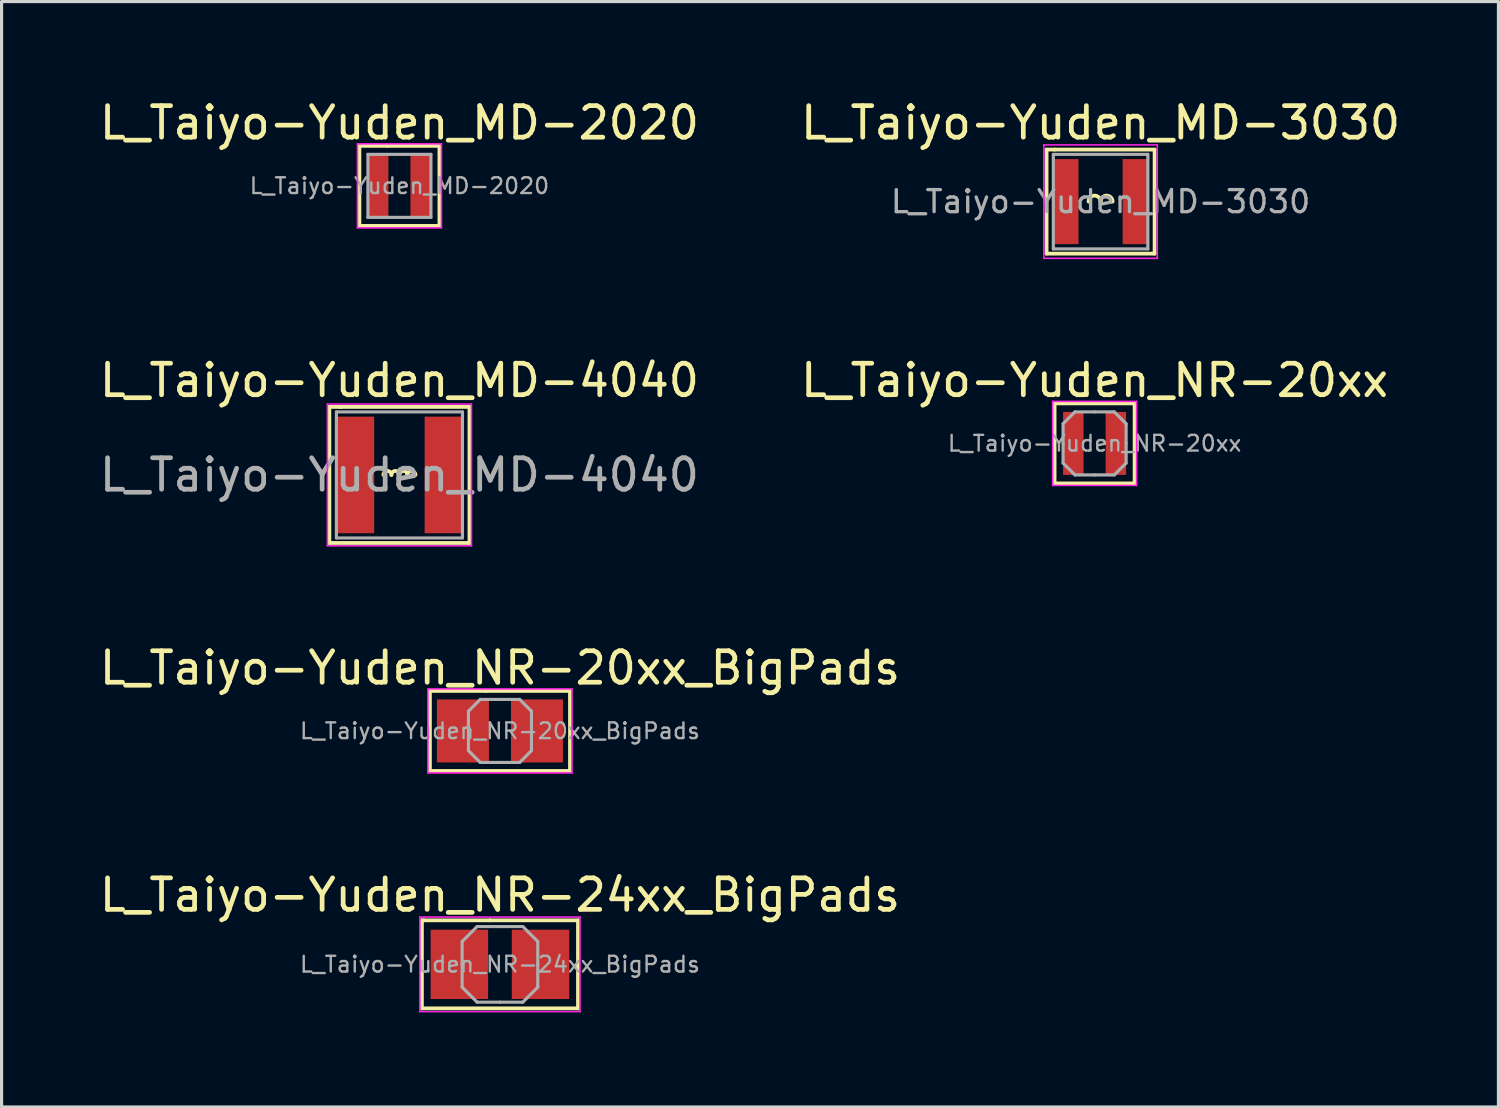
<source format=kicad_pcb>
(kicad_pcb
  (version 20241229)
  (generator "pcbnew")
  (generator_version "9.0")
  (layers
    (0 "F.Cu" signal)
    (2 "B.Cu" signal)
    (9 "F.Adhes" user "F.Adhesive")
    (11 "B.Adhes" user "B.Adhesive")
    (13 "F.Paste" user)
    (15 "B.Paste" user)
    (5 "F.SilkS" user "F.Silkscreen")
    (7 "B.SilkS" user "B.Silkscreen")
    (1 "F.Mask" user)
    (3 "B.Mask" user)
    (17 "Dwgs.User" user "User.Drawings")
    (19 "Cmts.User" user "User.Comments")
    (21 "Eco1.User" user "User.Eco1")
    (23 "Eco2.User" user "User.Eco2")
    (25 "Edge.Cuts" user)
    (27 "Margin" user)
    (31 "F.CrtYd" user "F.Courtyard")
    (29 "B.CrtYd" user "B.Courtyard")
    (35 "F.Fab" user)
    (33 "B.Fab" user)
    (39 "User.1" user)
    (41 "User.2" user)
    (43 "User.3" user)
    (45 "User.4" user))
  (footprint "L_Taiyo-Yuden_MD-3030"
    (layer "F.Cu")
    (at 31.875 3.348)
    (property "Reference" "L_Taiyo-Yuden_MD-3030" (at 0 -2.5 0) (layer "F.SilkS") (effects (font (size 1 1) (thickness 0.15))))
    (attr smd)
    (fp_line (start -1.714 -1.651) (end -1.714 1.651) (stroke (width 0.12) (type solid)) (layer "F.SilkS"))
    (fp_line (start -1.714 1.651) (end 1.714 1.651) (stroke (width 0.12) (type solid)) (layer "F.SilkS"))
    (fp_line (start -1.46 -1.651) (end -1.714 -1.651) (stroke (width 0.12) (type solid)) (layer "F.SilkS"))
    (fp_line (start 1.714 -1.651) (end -1.46 -1.651) (stroke (width 0.12) (type solid)) (layer "F.SilkS"))
    (fp_line (start 1.714 1.651) (end 1.714 -1.651) (stroke (width 0.12) (type solid)) (layer "F.SilkS"))
    (fp_arc (start -0.381 0) (mid -0.1905 -0.1905) (end 0 0) (stroke (width 0.12) (type solid)) (layer "F.SilkS"))
    (fp_arc (start 0 0) (mid 0.1905 -0.1905) (end 0.381 0) (stroke (width 0.12) (type solid)) (layer "F.SilkS"))
    (fp_line (start -1.8 -1.8) (end -1.8 1.8) (stroke (width 0.05) (type solid)) (layer "F.CrtYd"))
    (fp_line (start -1.8 1.8) (end 1.8 1.8) (stroke (width 0.05) (type solid)) (layer "F.CrtYd"))
    (fp_line (start 1.8 -1.8) (end -1.8 -1.8) (stroke (width 0.05) (type solid)) (layer "F.CrtYd"))
    (fp_line (start 1.8 1.8) (end 1.8 -1.8) (stroke (width 0.05) (type solid)) (layer "F.CrtYd"))
    (fp_line (start -1.5 -1.5) (end -1.5 1.5) (stroke (width 0.1) (type solid)) (layer "F.Fab"))
    (fp_line (start -1.5 1.5) (end 1.5 1.5) (stroke (width 0.1) (type solid)) (layer "F.Fab"))
    (fp_line (start 1.5 -1.5) (end -1.5 -1.5) (stroke (width 0.1) (type solid)) (layer "F.Fab"))
    (fp_line (start 1.5 1.5) (end 1.5 -1.5) (stroke (width 0.1) (type solid)) (layer "F.Fab"))
    (fp_text user "${REFERENCE}" (at 0 0 0) (layer "F.Fab") (effects (font (size 0.7 0.7) (thickness 0.105))))
    (pad "1" smd rect (at -1.1 0) (size 0.8 2.7) (layers "F.Cu" "F.Mask" "F.Paste"))
    (pad "2" smd rect (at 1.1 0) (size 0.8 2.7) (layers "F.Cu" "F.Mask" "F.Paste")))
  (footprint "L_Taiyo-Yuden_NR-20xx"
    (layer "F.Cu")
    (at 31.685 11.021)
    (property "Reference" "L_Taiyo-Yuden_NR-20xx" (at 0 -2 0) (layer "F.SilkS") (effects (font (size 1 1) (thickness 0.15))))
    (attr smd)
    (fp_line (start -1.27 -1.27) (end 1.27 -1.27) (stroke (width 0.12) (type solid)) (layer "F.SilkS"))
    (fp_line (start -1.27 1.27) (end -1.27 -1.27) (stroke (width 0.12) (type solid)) (layer "F.SilkS"))
    (fp_line (start 1.27 -1.27) (end 1.27 1.27) (stroke (width 0.12) (type solid)) (layer "F.SilkS"))
    (fp_line (start 1.27 1.27) (end -1.27 1.27) (stroke (width 0.12) (type solid)) (layer "F.SilkS"))
    (fp_line (start -1.333 -1.333) (end -1.333 1.333) (stroke (width 0.05) (type solid)) (layer "F.CrtYd"))
    (fp_line (start -1.333 1.333) (end 1.333 1.333) (stroke (width 0.05) (type solid)) (layer "F.CrtYd"))
    (fp_line (start 1.333 -1.333) (end -1.333 -1.333) (stroke (width 0.05) (type solid)) (layer "F.CrtYd"))
    (fp_line (start 1.333 1.333) (end 1.333 -1.333) (stroke (width 0.05) (type solid)) (layer "F.CrtYd"))
    (fp_line (start -1 -0.625) (end -0.625 -1) (stroke (width 0.1) (type solid)) (layer "F.Fab"))
    (fp_line (start -1 0) (end -1 -0.625) (stroke (width 0.1) (type solid)) (layer "F.Fab"))
    (fp_line (start -1 0) (end -1 0.625) (stroke (width 0.1) (type solid)) (layer "F.Fab"))
    (fp_line (start -1 0.625) (end -0.625 1) (stroke (width 0.1) (type solid)) (layer "F.Fab"))
    (fp_line (start -0.625 -1) (end 0 -1) (stroke (width 0.1) (type solid)) (layer "F.Fab"))
    (fp_line (start -0.625 1) (end 0 1) (stroke (width 0.1) (type solid)) (layer "F.Fab"))
    (fp_line (start 0.625 -1) (end 0 -1) (stroke (width 0.1) (type solid)) (layer "F.Fab"))
    (fp_line (start 0.625 1) (end 0 1) (stroke (width 0.1) (type solid)) (layer "F.Fab"))
    (fp_line (start 1 -0.625) (end 0.625 -1) (stroke (width 0.1) (type solid)) (layer "F.Fab"))
    (fp_line (start 1 0) (end 1 -0.625) (stroke (width 0.1) (type solid)) (layer "F.Fab"))
    (fp_line (start 1 0) (end 1 0.625) (stroke (width 0.1) (type solid)) (layer "F.Fab"))
    (fp_line (start 1 0.625) (end 0.625 1) (stroke (width 0.1) (type solid)) (layer "F.Fab"))
    (fp_text user "${REFERENCE}" (at 0 0 0) (layer "F.Fab") (effects (font (size 0.5 0.5) (thickness 0.075))))
    (pad "1" smd rect (at -0.675 0) (size 0.65 2) (layers "F.Cu" "F.Mask" "F.Paste"))
    (pad "2" smd rect (at 0.675 0) (size 0.65 2) (layers "F.Cu" "F.Mask" "F.Paste")))
  (footprint "L_Taiyo-Yuden_MD-4040"
    (layer "F.Cu")
    (at 9.625 12.021)
    (property "Reference" "L_Taiyo-Yuden_MD-4040" (at 0 -3 0) (layer "F.SilkS") (effects (font (size 1 1) (thickness 0.15))))
    (attr smd)
    (fp_line (start -2.223 -2.159) (end -2.223 2.159) (stroke (width 0.12) (type solid)) (layer "F.SilkS"))
    (fp_line (start -2.223 2.159) (end 2.223 2.159) (stroke (width 0.12) (type solid)) (layer "F.SilkS"))
    (fp_line (start -1.905 -2.159) (end -2.223 -2.159) (stroke (width 0.12) (type solid)) (layer "F.SilkS"))
    (fp_line (start -1.841 -2.159) (end -1.905 -2.159) (stroke (width 0.12) (type solid)) (layer "F.SilkS"))
    (fp_line (start 2.223 -2.159) (end -1.841 -2.159) (stroke (width 0.12) (type solid)) (layer "F.SilkS"))
    (fp_line (start 2.223 2.159) (end 2.223 -2.159) (stroke (width 0.12) (type solid)) (layer "F.SilkS"))
    (fp_arc (start -0.508 0) (mid -0.381 -0.127) (end -0.254 0) (stroke (width 0.12) (type solid)) (layer "F.SilkS"))
    (fp_arc (start -0.254 0) (mid -0.127 -0.127) (end 0 0) (stroke (width 0.12) (type solid)) (layer "F.SilkS"))
    (fp_arc (start 0 0) (mid 0.127 -0.127) (end 0.254 0) (stroke (width 0.12) (type solid)) (layer "F.SilkS"))
    (fp_arc (start 0.254 0) (mid 0.381 -0.127) (end 0.508 0) (stroke (width 0.12) (type solid)) (layer "F.SilkS"))
    (fp_line (start -2.286 -2.25) (end -2.286 2.25) (stroke (width 0.05) (type solid)) (layer "F.CrtYd"))
    (fp_line (start -2.286 2.25) (end 2.286 2.25) (stroke (width 0.05) (type solid)) (layer "F.CrtYd"))
    (fp_line (start 2.286 -2.25) (end -2.286 -2.25) (stroke (width 0.05) (type solid)) (layer "F.CrtYd"))
    (fp_line (start 2.286 2.25) (end 2.286 -2.25) (stroke (width 0.05) (type solid)) (layer "F.CrtYd"))
    (fp_line (start -2 -2) (end -2 2) (stroke (width 0.1) (type solid)) (layer "F.Fab"))
    (fp_line (start -2 2) (end 2 2) (stroke (width 0.1) (type solid)) (layer "F.Fab"))
    (fp_line (start 2 -2) (end -2 -2) (stroke (width 0.1) (type solid)) (layer "F.Fab"))
    (fp_line (start 2 2) (end 2 -2) (stroke (width 0.1) (type solid)) (layer "F.Fab"))
    (fp_text user "${REFERENCE}" (at 0 0 0) (layer "F.Fab") (effects (font (size 1 1) (thickness 0.15))))
    (pad "1" smd rect (at -1.4 0) (size 1.2 3.7) (layers "F.Cu" "F.Mask" "F.Paste"))
    (pad "2" smd rect (at 1.4 0) (size 1.2 3.7) (layers "F.Cu" "F.Mask" "F.Paste")))
  (footprint "L_Taiyo-Yuden_MD-2020"
    (layer "F.Cu")
    (at 9.625 2.848)
    (property "Reference" "L_Taiyo-Yuden_MD-2020" (at 0 -2 0) (layer "F.SilkS") (effects (font (size 1 1) (thickness 0.15))))
    (attr smd)
    (fp_line (start -1.27 -1.27) (end -1.27 1.27) (stroke (width 0.12) (type solid)) (layer "F.SilkS"))
    (fp_line (start -1.27 1.27) (end 1.27 1.27) (stroke (width 0.12) (type solid)) (layer "F.SilkS"))
    (fp_line (start -0.381 -1.27) (end -1.27 -1.27) (stroke (width 0.12) (type solid)) (layer "F.SilkS"))
    (fp_line (start 1.27 -1.27) (end -0.381 -1.27) (stroke (width 0.12) (type solid)) (layer "F.SilkS"))
    (fp_line (start 1.27 1.27) (end 1.27 -1.27) (stroke (width 0.12) (type solid)) (layer "F.SilkS"))
    (fp_line (start -1.333 -1.333) (end -1.333 1.333) (stroke (width 0.05) (type solid)) (layer "F.CrtYd"))
    (fp_line (start -1.333 1.333) (end 1.333 1.333) (stroke (width 0.05) (type solid)) (layer "F.CrtYd"))
    (fp_line (start 1.333 -1.333) (end -1.333 -1.333) (stroke (width 0.05) (type solid)) (layer "F.CrtYd"))
    (fp_line (start 1.333 1.333) (end 1.333 -1.333) (stroke (width 0.05) (type solid)) (layer "F.CrtYd"))
    (fp_line (start -1 -1) (end -1 1) (stroke (width 0.1) (type solid)) (layer "F.Fab"))
    (fp_line (start -1 1) (end 1 1) (stroke (width 0.1) (type solid)) (layer "F.Fab"))
    (fp_line (start 1 -1) (end -1 -1) (stroke (width 0.1) (type solid)) (layer "F.Fab"))
    (fp_line (start 1 1) (end 1 -1) (stroke (width 0.1) (type solid)) (layer "F.Fab"))
    (fp_text user "${REFERENCE}" (at 0 0 0) (layer "F.Fab") (effects (font (size 0.5 0.5) (thickness 0.075))))
    (pad "1" smd rect (at -0.675 0) (size 0.65 2) (layers "F.Cu" "F.Mask" "F.Paste"))
    (pad "2" smd rect (at 0.675 0) (size 0.65 2) (layers "F.Cu" "F.Mask" "F.Paste")))
  (footprint "L_Taiyo-Yuden_NR-20xx_BigPads"
    (layer "F.Cu")
    (at 12.815 20.145)
    (property "Reference" "L_Taiyo-Yuden_NR-20xx_BigPads" (at 0 -2 0) (layer "F.SilkS") (effects (font (size 1 1) (thickness 0.15))))
    (attr smd)
    (fp_line (start -2.223 -1.27) (end -2.223 1.27) (stroke (width 0.12) (type solid)) (layer "F.SilkS"))
    (fp_line (start -2.223 1.27) (end 2.223 1.27) (stroke (width 0.12) (type solid)) (layer "F.SilkS"))
    (fp_line (start -0.445 -1.27) (end -2.223 -1.27) (stroke (width 0.12) (type solid)) (layer "F.SilkS"))
    (fp_line (start 2.223 -1.27) (end -0.445 -1.27) (stroke (width 0.12) (type solid)) (layer "F.SilkS"))
    (fp_line (start 2.223 1.27) (end 2.223 -1.27) (stroke (width 0.12) (type solid)) (layer "F.SilkS"))
    (fp_line (start -2.286 -1.333) (end -2.286 1.333) (stroke (width 0.05) (type solid)) (layer "F.CrtYd"))
    (fp_line (start -2.286 1.333) (end 2.286 1.333) (stroke (width 0.05) (type solid)) (layer "F.CrtYd"))
    (fp_line (start 2.286 -1.333) (end -2.286 -1.333) (stroke (width 0.05) (type solid)) (layer "F.CrtYd"))
    (fp_line (start 2.286 1.333) (end 2.286 -1.333) (stroke (width 0.05) (type solid)) (layer "F.CrtYd"))
    (fp_line (start -1 -0.625) (end -0.625 -1) (stroke (width 0.1) (type solid)) (layer "F.Fab"))
    (fp_line (start -1 0) (end -1 -0.625) (stroke (width 0.1) (type solid)) (layer "F.Fab"))
    (fp_line (start -1 0) (end -1 0.625) (stroke (width 0.1) (type solid)) (layer "F.Fab"))
    (fp_line (start -1 0.625) (end -0.625 1) (stroke (width 0.1) (type solid)) (layer "F.Fab"))
    (fp_line (start -0.625 -1) (end 0 -1) (stroke (width 0.1) (type solid)) (layer "F.Fab"))
    (fp_line (start -0.625 1) (end 0 1) (stroke (width 0.1) (type solid)) (layer "F.Fab"))
    (fp_line (start 0.625 -1) (end 0 -1) (stroke (width 0.1) (type solid)) (layer "F.Fab"))
    (fp_line (start 0.625 1) (end 0 1) (stroke (width 0.1) (type solid)) (layer "F.Fab"))
    (fp_line (start 1 -0.625) (end 0.625 -1) (stroke (width 0.1) (type solid)) (layer "F.Fab"))
    (fp_line (start 1 0) (end 1 -0.625) (stroke (width 0.1) (type solid)) (layer "F.Fab"))
    (fp_line (start 1 0) (end 1 0.625) (stroke (width 0.1) (type solid)) (layer "F.Fab"))
    (fp_line (start 1 0.625) (end 0.625 1) (stroke (width 0.1) (type solid)) (layer "F.Fab"))
    (fp_text user "${REFERENCE}" (at 0 0 0) (layer "F.Fab") (effects (font (size 0.5 0.5) (thickness 0.075))))
    (pad "1" smd rect (at -1.175 0) (size 1.65 2) (layers "F.Cu" "F.Mask" "F.Paste"))
    (pad "2" smd rect (at 1.175 0) (size 1.65 2) (layers "F.Cu" "F.Mask" "F.Paste")))
  (footprint "L_Taiyo-Yuden_NR-24xx_BigPads"
    (layer "F.Cu")
    (at 12.815 27.552)
    (property "Reference" "L_Taiyo-Yuden_NR-24xx_BigPads" (at 0 -2.2 0) (layer "F.SilkS") (effects (font (size 1 1) (thickness 0.15))))
    (attr smd)
    (fp_line (start -2.477 -1.397) (end -2.477 1.397) (stroke (width 0.12) (type solid)) (layer "F.SilkS"))
    (fp_line (start -2.477 1.397) (end 2.477 1.397) (stroke (width 0.12) (type solid)) (layer "F.SilkS"))
    (fp_line (start -2.413 -1.397) (end -2.477 -1.397) (stroke (width 0.12) (type solid)) (layer "F.SilkS"))
    (fp_line (start -0.318 -1.397) (end -2.413 -1.397) (stroke (width 0.12) (type solid)) (layer "F.SilkS"))
    (fp_line (start 2.477 -1.397) (end -0.318 -1.397) (stroke (width 0.12) (type solid)) (layer "F.SilkS"))
    (fp_line (start 2.477 1.397) (end 2.477 -1.397) (stroke (width 0.12) (type solid)) (layer "F.SilkS"))
    (fp_line (start -2.54 -1.5) (end -2.54 1.5) (stroke (width 0.05) (type solid)) (layer "F.CrtYd"))
    (fp_line (start -2.54 1.5) (end 2.54 1.5) (stroke (width 0.05) (type solid)) (layer "F.CrtYd"))
    (fp_line (start 2.54 -1.5) (end -2.54 -1.5) (stroke (width 0.05) (type solid)) (layer "F.CrtYd"))
    (fp_line (start 2.54 1.5) (end 2.54 -1.5) (stroke (width 0.05) (type solid)) (layer "F.CrtYd"))
    (fp_line (start -1.2 -0.725) (end -0.725 -1.2) (stroke (width 0.1) (type solid)) (layer "F.Fab"))
    (fp_line (start -1.2 0) (end -1.2 -0.725) (stroke (width 0.1) (type solid)) (layer "F.Fab"))
    (fp_line (start -1.2 0) (end -1.2 0.725) (stroke (width 0.1) (type solid)) (layer "F.Fab"))
    (fp_line (start -1.2 0.725) (end -0.725 1.2) (stroke (width 0.1) (type solid)) (layer "F.Fab"))
    (fp_line (start -0.725 -1.2) (end 0 -1.2) (stroke (width 0.1) (type solid)) (layer "F.Fab"))
    (fp_line (start -0.725 1.2) (end 0 1.2) (stroke (width 0.1) (type solid)) (layer "F.Fab"))
    (fp_line (start 0.725 -1.2) (end 0 -1.2) (stroke (width 0.1) (type solid)) (layer "F.Fab"))
    (fp_line (start 0.725 1.2) (end 0 1.2) (stroke (width 0.1) (type solid)) (layer "F.Fab"))
    (fp_line (start 1.2 -0.725) (end 0.725 -1.2) (stroke (width 0.1) (type solid)) (layer "F.Fab"))
    (fp_line (start 1.2 0) (end 1.2 -0.725) (stroke (width 0.1) (type solid)) (layer "F.Fab"))
    (fp_line (start 1.2 0) (end 1.2 0.725) (stroke (width 0.1) (type solid)) (layer "F.Fab"))
    (fp_line (start 1.2 0.725) (end 0.725 1.2) (stroke (width 0.1) (type solid)) (layer "F.Fab"))
    (fp_text user "${REFERENCE}" (at 0 0 0) (layer "F.Fab") (effects (font (size 0.5 0.5) (thickness 0.075))))
    (pad "1" smd rect (at -1.288 0) (size 1.825 2.2) (layers "F.Cu" "F.Mask" "F.Paste"))
    (pad "2" smd rect (at 1.288 0) (size 1.825 2.2) (layers "F.Cu" "F.Mask" "F.Paste")))
  (gr_rect
    (start -3 -3)
    (end 44.5 32.077)
    (stroke (width 0.1) (type default))
    (fill no)
    (layer "Edge.Cuts")))
</source>
